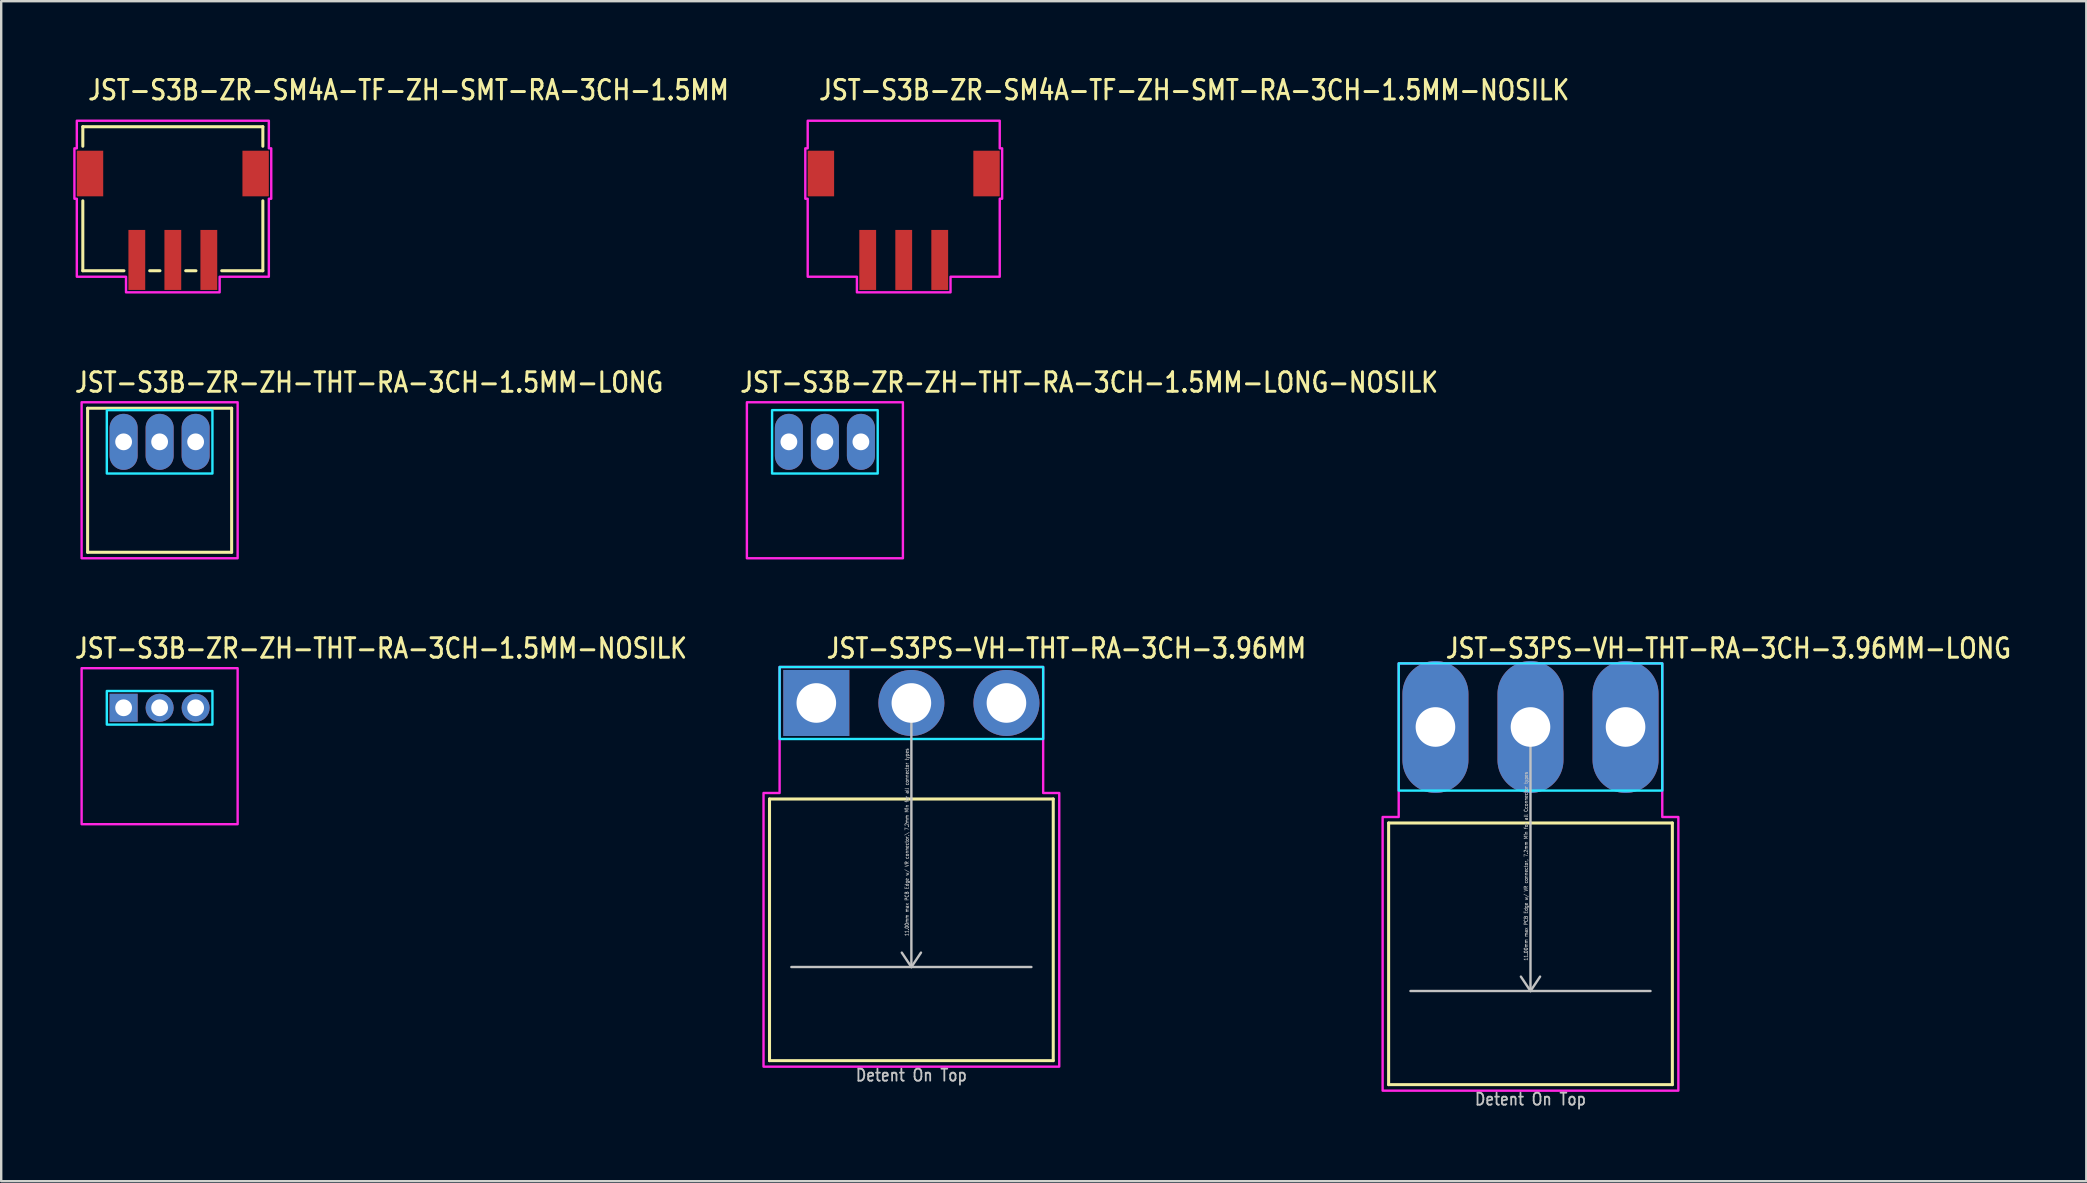
<source format=kicad_pcb>
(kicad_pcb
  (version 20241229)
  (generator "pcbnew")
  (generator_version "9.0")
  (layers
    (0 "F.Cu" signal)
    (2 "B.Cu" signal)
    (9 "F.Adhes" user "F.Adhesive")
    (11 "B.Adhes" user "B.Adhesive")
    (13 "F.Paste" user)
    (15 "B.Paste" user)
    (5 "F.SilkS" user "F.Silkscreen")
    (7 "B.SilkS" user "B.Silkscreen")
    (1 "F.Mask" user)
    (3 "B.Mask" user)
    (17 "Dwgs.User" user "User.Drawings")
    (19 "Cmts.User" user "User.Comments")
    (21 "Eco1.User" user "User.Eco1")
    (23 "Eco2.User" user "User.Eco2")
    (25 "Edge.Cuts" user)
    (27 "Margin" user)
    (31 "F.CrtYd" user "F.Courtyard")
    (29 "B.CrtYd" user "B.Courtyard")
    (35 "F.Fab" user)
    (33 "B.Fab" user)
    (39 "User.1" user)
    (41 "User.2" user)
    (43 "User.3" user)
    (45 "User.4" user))
  (footprint "JST-S3PS-VH-THT-RA-3CH-3.96MM"
    (layer "F.Cu")
    (at 34.918 26.236)
    (property "Reference" "JST-S3PS-VH-THT-RA-3CH-3.96MM" (at -3.6 -1.8 0) (unlocked yes) (layer "F.SilkS") (effects (font (size 0.813 0.695) (thickness 0.122)) (justify left bottom)))
    (fp_line (start -5.91 4) (end 5.91 4) (stroke (width 0.127) (type solid)) (layer "F.SilkS"))
    (fp_line (start -5.91 14.9) (end -5.91 4) (stroke (width 0.127) (type solid)) (layer "F.SilkS"))
    (fp_line (start -5.91 14.9) (end 5.91 14.9) (stroke (width 0.127) (type solid)) (layer "F.SilkS"))
    (fp_line (start 5.91 4) (end 5.91 14.9) (stroke (width 0.127) (type solid)) (layer "F.SilkS"))
    (fp_line (start -5 11) (end 5 11) (stroke (width 0.1) (type solid)) (layer "Dwgs.User"))
    (fp_line (start 0 0) (end -0.4 0.6) (stroke (width 0.1) (type solid)) (layer "Dwgs.User"))
    (fp_line (start 0 0) (end 0 11) (stroke (width 0.1) (type solid)) (layer "Dwgs.User"))
    (fp_line (start 0 0) (end 0.4 0.6) (stroke (width 0.1) (type solid)) (layer "Dwgs.User"))
    (fp_line (start 0 11) (end -0.4 10.4) (stroke (width 0.1) (type solid)) (layer "Dwgs.User"))
    (fp_line (start 0 11) (end 0.4 10.4) (stroke (width 0.1) (type solid)) (layer "Dwgs.User"))
    (fp_poly (pts (xy -5.49 -1.5) (xy -5.49 1.5) (xy 5.49 1.5) (xy 5.49 -1.5)) (stroke (width 0.1) (type solid)) (fill no) (layer "B.CrtYd"))
    (fp_poly (pts (xy -6.16 3.75) (xy -6.16 15.15) (xy 6.16 15.15) (xy 6.16 3.75) (xy 5.49 3.75) (xy 5.49 -1.5) (xy -5.49 -1.5) (xy -5.49 3.75)) (stroke (width 0.1) (type solid)) (fill no) (layer "F.CrtYd"))
    (fp_text user "11.00mm max PCB Edge w/ VR connector,\\ 7.2mm Min for all connector types" (at -0.1 5.8 90) (unlocked yes) (layer "Dwgs.User") (effects (font (size 0.15 0.128) (thickness 0.022)) (justify bottom)))
    (fp_text user "Detent On Top" (at 0 15.8 0) (unlocked yes) (layer "Dwgs.User") (effects (font (size 0.5 0.427) (thickness 0.075)) (justify bottom)))
    (pad "P$1" thru_hole rect (at -3.96 0) (size 2.75 2.75) (drill 1.65) (layers "*.Cu" "*.Mask"))
    (pad "P$2" thru_hole oval (at 0 0) (size 2.75 2.75) (drill 1.65) (layers "*.Cu" "*.Mask"))
    (pad "P$3" thru_hole oval (at 3.96 0) (size 2.75 2.75) (drill 1.65) (layers "*.Cu" "*.Mask")))
  (footprint "JST-S3PS-VH-THT-RA-3CH-3.96MM-LONG"
    (layer "F.Cu")
    (at 60.71 27.236)
    (property "Reference" "JST-S3PS-VH-THT-RA-3CH-3.96MM-LONG" (at -3.6 -2.8 0) (unlocked yes) (layer "F.SilkS") (effects (font (size 0.813 0.695) (thickness 0.122)) (justify left bottom)))
    (fp_line (start -5.91 4) (end 5.91 4) (stroke (width 0.127) (type solid)) (layer "F.SilkS"))
    (fp_line (start -5.91 14.9) (end -5.91 4) (stroke (width 0.127) (type solid)) (layer "F.SilkS"))
    (fp_line (start -5.91 14.9) (end 5.91 14.9) (stroke (width 0.127) (type solid)) (layer "F.SilkS"))
    (fp_line (start 5.91 4) (end 5.91 14.9) (stroke (width 0.127) (type solid)) (layer "F.SilkS"))
    (fp_line (start -5 11) (end 5 11) (stroke (width 0.1) (type solid)) (layer "Dwgs.User"))
    (fp_line (start 0 0) (end -0.4 0.6) (stroke (width 0.1) (type solid)) (layer "Dwgs.User"))
    (fp_line (start 0 0) (end 0 11) (stroke (width 0.1) (type solid)) (layer "Dwgs.User"))
    (fp_line (start 0 0) (end 0.4 0.6) (stroke (width 0.1) (type solid)) (layer "Dwgs.User"))
    (fp_line (start 0 11) (end -0.4 10.4) (stroke (width 0.1) (type solid)) (layer "Dwgs.User"))
    (fp_line (start 0 11) (end 0.4 10.4) (stroke (width 0.1) (type solid)) (layer "Dwgs.User"))
    (fp_poly (pts (xy -5.49 -2.65) (xy -5.49 2.65) (xy 5.49 2.65) (xy 5.49 -2.65)) (stroke (width 0.1) (type solid)) (fill no) (layer "B.CrtYd"))
    (fp_poly (pts (xy -6.16 3.75) (xy -6.16 15.15) (xy 6.16 15.15) (xy 6.16 3.75) (xy 5.49 3.75) (xy 5.49 -2.65) (xy -5.49 -2.65) (xy -5.49 3.75)) (stroke (width 0.1) (type solid)) (fill no) (layer "F.CrtYd"))
    (fp_text user "11.00mm max PCB Edge w/ VR connector, 7.2mm Min for all Cconnector types" (at -0.1 5.8 90) (unlocked yes) (layer "Dwgs.User") (effects (font (size 0.15 0.128) (thickness 0.022)) (justify bottom)))
    (fp_text user "Detent On Top" (at 0 15.8 0) (unlocked yes) (layer "Dwgs.User") (effects (font (size 0.5 0.427) (thickness 0.075)) (justify bottom)))
    (pad "P$1" thru_hole oval (at -3.96 0 90) (size 5.5 2.75) (drill 1.65) (layers "*.Cu" "*.Mask"))
    (pad "P$2" thru_hole oval (at 0 0 90) (size 5.5 2.75) (drill 1.65) (layers "*.Cu" "*.Mask"))
    (pad "P$3" thru_hole oval (at 3.96 0 90) (size 5.5 2.75) (drill 1.65) (layers "*.Cu" "*.Mask")))
  (footprint "JST-S3B-ZR-SM4A-TF-ZH-SMT-RA-3CH-1.5MM"
    (layer "F.Cu")
    (at 4.15 4.179)
    (property "Reference" "JST-S3B-ZR-SM4A-TF-ZH-SMT-RA-3CH-1.5MM" (at -3.6 -3 0) (unlocked yes) (layer "F.SilkS") (effects (font (size 0.813 0.695) (thickness 0.122)) (justify left bottom)))
    (fp_line (start -3.75 -1.95) (end -3.75 -1.137) (stroke (width 0.127) (type solid)) (layer "F.SilkS"))
    (fp_line (start -3.75 -1.95) (end 3.75 -1.95) (stroke (width 0.127) (type solid)) (layer "F.SilkS"))
    (fp_line (start -3.75 4.05) (end -3.75 1.137) (stroke (width 0.127) (type solid)) (layer "F.SilkS"))
    (fp_line (start -3.75 4.05) (end -2.037 4.05) (stroke (width 0.127) (type solid)) (layer "F.SilkS"))
    (fp_line (start -0.964 4.05) (end -0.536 4.05) (stroke (width 0.127) (type solid)) (layer "F.SilkS"))
    (fp_line (start 0.536 4.05) (end 0.964 4.05) (stroke (width 0.127) (type solid)) (layer "F.SilkS"))
    (fp_line (start 2.037 4.05) (end 3.75 4.05) (stroke (width 0.127) (type solid)) (layer "F.SilkS"))
    (fp_line (start 3.75 -1.137) (end 3.75 -1.95) (stroke (width 0.127) (type solid)) (layer "F.SilkS"))
    (fp_line (start 3.75 1.137) (end 3.75 4.05) (stroke (width 0.127) (type solid)) (layer "F.SilkS"))
    (fp_poly (pts (xy -4 -2.2) (xy -4 -1.05) (xy -4.1 -1.05) (xy -4.1 1.05) (xy -4 1.05) (xy -4 4.3) (xy -1.95 4.3) (xy -1.95 4.95) (xy 1.95 4.95) (xy 1.95 4.3) (xy 4 4.3) (xy 4 1.05) (xy 4.1 1.05) (xy 4.1 -1.05) (xy 4 -1.05) (xy 4 -2.2)) (stroke (width 0.1) (type solid)) (fill no) (layer "F.CrtYd"))
    (pad "P$1" smd rect (at 1.5 3.6) (size 0.7 2.5) (layers "F.Cu" "F.Mask" "F.Paste"))
    (pad "P$2" smd rect (at 0 3.6) (size 0.7 2.5) (layers "F.Cu" "F.Mask" "F.Paste"))
    (pad "P$3" smd rect (at -1.5 3.6) (size 0.7 2.5) (layers "F.Cu" "F.Mask" "F.Paste"))
    (pad "S$1" smd rect (at -3.45 0) (size 1.1 1.9) (layers "F.Cu" "F.Mask" "F.Paste"))
    (pad "S$2" smd rect (at 3.45 0) (size 1.1 1.9) (layers "F.Cu" "F.Mask" "F.Paste")))
  (footprint "JST-S3B-ZR-ZH-THT-RA-3CH-1.5MM-LONG-NOSILK"
    (layer "F.Cu")
    (at 31.315 15.357)
    (property "Reference" "JST-S3B-ZR-ZH-THT-RA-3CH-1.5MM-LONG-NOSILK" (at -3.6 -2 0) (unlocked yes) (layer "F.SilkS") (effects (font (size 0.813 0.695) (thickness 0.122)) (justify left bottom)))
    (fp_poly (pts (xy -2.2 -1.32) (xy -2.2 1.32) (xy 2.2 1.32) (xy 2.2 -1.32)) (stroke (width 0.1) (type solid)) (fill no) (layer "B.CrtYd"))
    (fp_poly (pts (xy -3.25 -1.65) (xy -3.25 4.85) (xy 3.25 4.85) (xy 3.25 -1.65)) (stroke (width 0.1) (type solid)) (fill no) (layer "F.CrtYd"))
    (pad "P$1" thru_hole oval (at -1.5 0 90) (size 2.333 1.167) (drill 0.7) (layers "*.Cu" "*.Mask"))
    (pad "P$2" thru_hole oval (at 0 0 90) (size 2.333 1.167) (drill 0.7) (layers "*.Cu" "*.Mask"))
    (pad "P$3" thru_hole oval (at 1.5 0 90) (size 2.333 1.167) (drill 0.7) (layers "*.Cu" "*.Mask")))
  (footprint "JST-S3B-ZR-ZH-THT-RA-3CH-1.5MM-NOSILK"
    (layer "F.Cu")
    (at 3.6 26.436)
    (property "Reference" "JST-S3B-ZR-ZH-THT-RA-3CH-1.5MM-NOSILK" (at -3.6 -2 0) (unlocked yes) (layer "F.SilkS") (effects (font (size 0.813 0.695) (thickness 0.122)) (justify left bottom)))
    (fp_poly (pts (xy -2.2 -0.7) (xy -2.2 0.7) (xy 2.2 0.7) (xy 2.2 -0.7)) (stroke (width 0.1) (type solid)) (fill no) (layer "B.CrtYd"))
    (fp_poly (pts (xy -3.25 -1.65) (xy -3.25 4.85) (xy 3.25 4.85) (xy 3.25 -1.65)) (stroke (width 0.1) (type solid)) (fill no) (layer "F.CrtYd"))
    (pad "P$1" thru_hole rect (at -1.5 0) (size 1.167 1.167) (drill 0.7) (layers "*.Cu" "*.Mask"))
    (pad "P$2" thru_hole oval (at 0 0) (size 1.167 1.167) (drill 0.7) (layers "*.Cu" "*.Mask"))
    (pad "P$3" thru_hole oval (at 1.5 0) (size 1.167 1.167) (drill 0.7) (layers "*.Cu" "*.Mask")))
  (footprint "JST-S3B-ZR-ZH-THT-RA-3CH-1.5MM-LONG"
    (layer "F.Cu")
    (at 3.6 15.357)
    (property "Reference" "JST-S3B-ZR-ZH-THT-RA-3CH-1.5MM-LONG" (at -3.6 -2 0) (unlocked yes) (layer "F.SilkS") (effects (font (size 0.813 0.695) (thickness 0.122)) (justify left bottom)))
    (fp_line (start -3 -1.4) (end 3 -1.4) (stroke (width 0.127) (type solid)) (layer "F.SilkS"))
    (fp_line (start -3 4.6) (end -3 -1.4) (stroke (width 0.127) (type solid)) (layer "F.SilkS"))
    (fp_line (start -3 4.6) (end 3 4.6) (stroke (width 0.127) (type solid)) (layer "F.SilkS"))
    (fp_line (start 3 -1.4) (end 3 4.6) (stroke (width 0.127) (type solid)) (layer "F.SilkS"))
    (fp_poly (pts (xy -2.2 -1.32) (xy -2.2 1.32) (xy 2.2 1.32) (xy 2.2 -1.32)) (stroke (width 0.1) (type solid)) (fill no) (layer "B.CrtYd"))
    (fp_poly (pts (xy -3.25 -1.65) (xy -3.25 4.85) (xy 3.25 4.85) (xy 3.25 -1.65)) (stroke (width 0.1) (type solid)) (fill no) (layer "F.CrtYd"))
    (pad "P$1" thru_hole oval (at -1.5 0 90) (size 2.333 1.167) (drill 0.7) (layers "*.Cu" "*.Mask"))
    (pad "P$2" thru_hole oval (at 0 0 90) (size 2.333 1.167) (drill 0.7) (layers "*.Cu" "*.Mask"))
    (pad "P$3" thru_hole oval (at 1.5 0 90) (size 2.333 1.167) (drill 0.7) (layers "*.Cu" "*.Mask")))
  (footprint "JST-S3B-ZR-SM4A-TF-ZH-SMT-RA-3CH-1.5MM-NOSILK"
    (layer "F.Cu")
    (at 34.599 4.179)
    (property "Reference" "JST-S3B-ZR-SM4A-TF-ZH-SMT-RA-3CH-1.5MM-NOSILK" (at -3.6 -3 0) (unlocked yes) (layer "F.SilkS") (effects (font (size 0.813 0.695) (thickness 0.122)) (justify left bottom)))
    (fp_poly (pts (xy -4 -2.2) (xy -4 -1.05) (xy -4.1 -1.05) (xy -4.1 1.05) (xy -4 1.05) (xy -4 4.3) (xy -1.95 4.3) (xy -1.95 4.95) (xy 1.95 4.95) (xy 1.95 4.3) (xy 4 4.3) (xy 4 1.05) (xy 4.1 1.05) (xy 4.1 -1.05) (xy 4 -1.05) (xy 4 -2.2)) (stroke (width 0.1) (type solid)) (fill no) (layer "F.CrtYd"))
    (pad "P$1" smd rect (at 1.5 3.6) (size 0.7 2.5) (layers "F.Cu" "F.Mask" "F.Paste"))
    (pad "P$2" smd rect (at 0 3.6) (size 0.7 2.5) (layers "F.Cu" "F.Mask" "F.Paste"))
    (pad "P$3" smd rect (at -1.5 3.6) (size 0.7 2.5) (layers "F.Cu" "F.Mask" "F.Paste"))
    (pad "S$1" smd rect (at -3.45 0) (size 1.1 1.9) (layers "F.Cu" "F.Mask" "F.Paste"))
    (pad "S$2" smd rect (at 3.45 0) (size 1.1 1.9) (layers "F.Cu" "F.Mask" "F.Paste")))
  (gr_rect
    (start -3 -3)
    (end 83.865 46.159)
    (stroke (width 0.1) (type default))
    (fill no)
    (layer "Edge.Cuts")))
</source>
